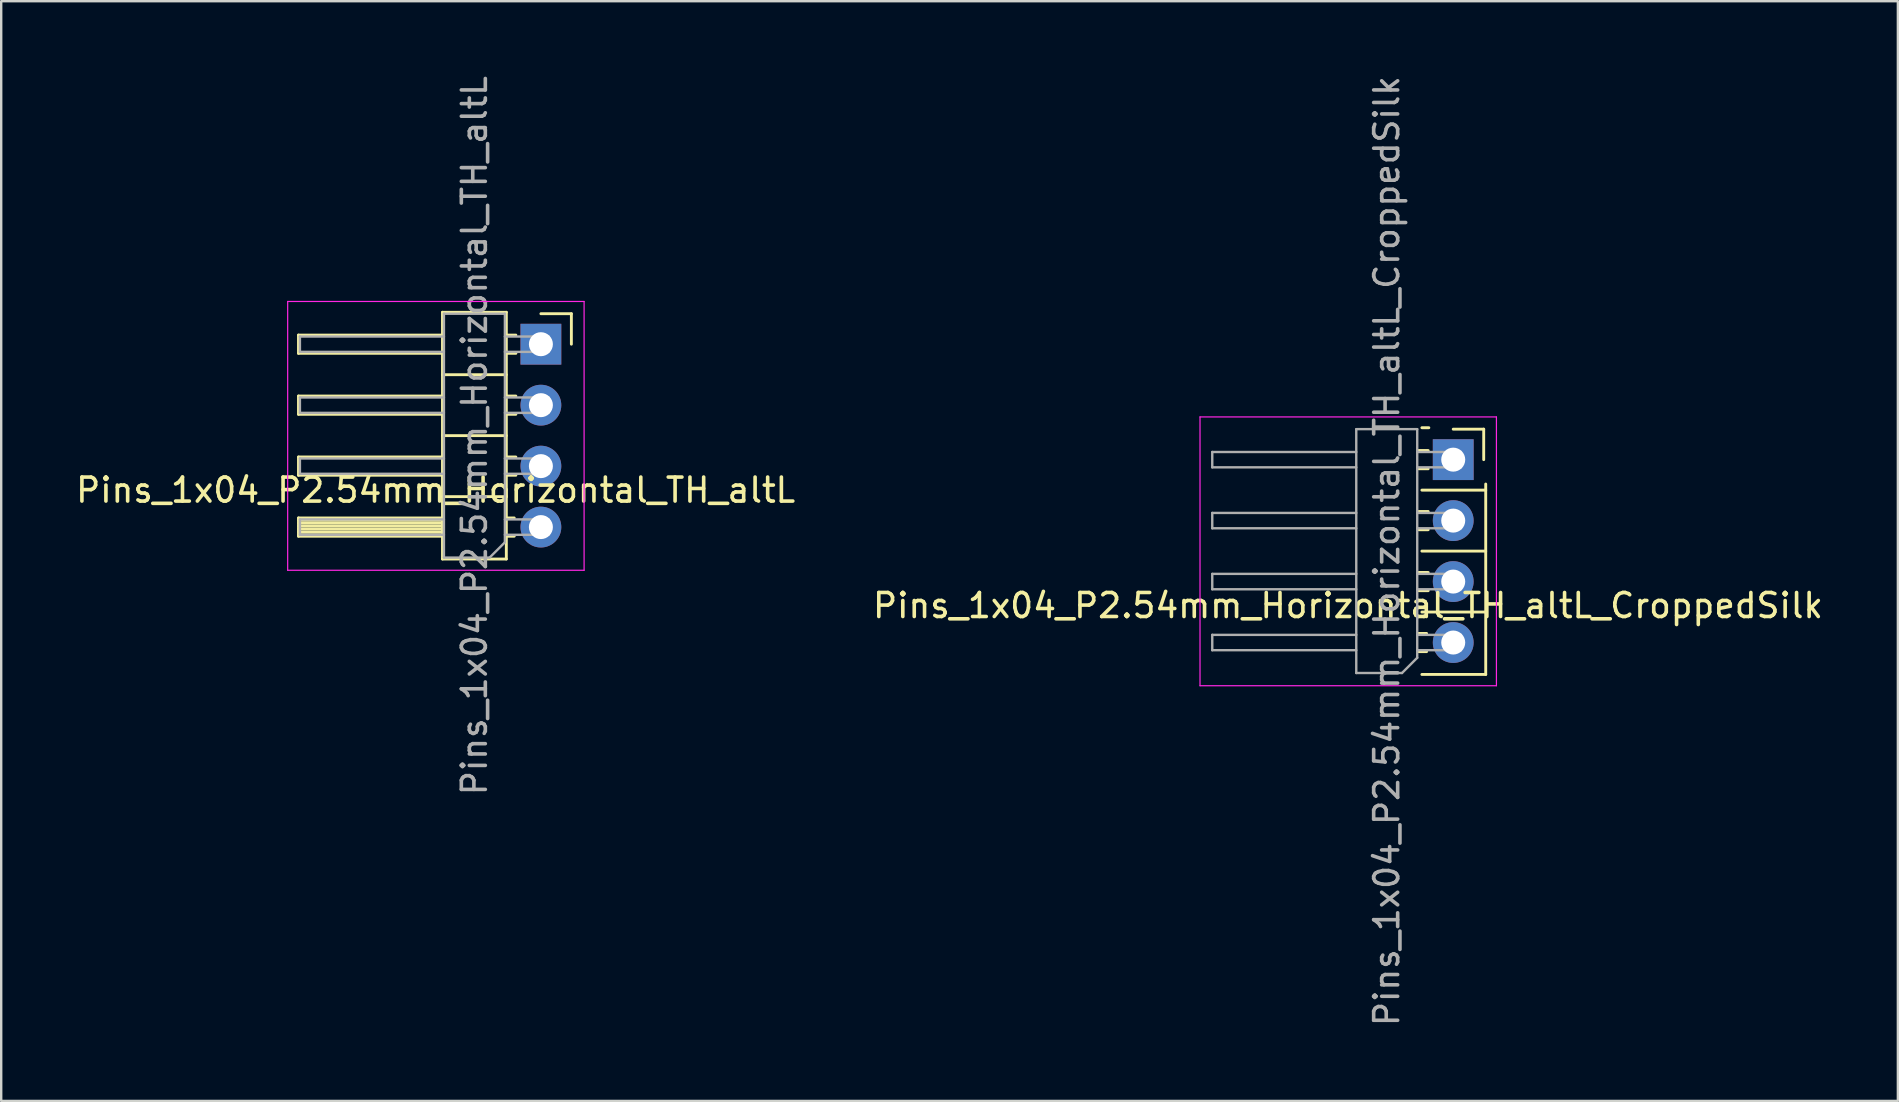
<source format=kicad_pcb>
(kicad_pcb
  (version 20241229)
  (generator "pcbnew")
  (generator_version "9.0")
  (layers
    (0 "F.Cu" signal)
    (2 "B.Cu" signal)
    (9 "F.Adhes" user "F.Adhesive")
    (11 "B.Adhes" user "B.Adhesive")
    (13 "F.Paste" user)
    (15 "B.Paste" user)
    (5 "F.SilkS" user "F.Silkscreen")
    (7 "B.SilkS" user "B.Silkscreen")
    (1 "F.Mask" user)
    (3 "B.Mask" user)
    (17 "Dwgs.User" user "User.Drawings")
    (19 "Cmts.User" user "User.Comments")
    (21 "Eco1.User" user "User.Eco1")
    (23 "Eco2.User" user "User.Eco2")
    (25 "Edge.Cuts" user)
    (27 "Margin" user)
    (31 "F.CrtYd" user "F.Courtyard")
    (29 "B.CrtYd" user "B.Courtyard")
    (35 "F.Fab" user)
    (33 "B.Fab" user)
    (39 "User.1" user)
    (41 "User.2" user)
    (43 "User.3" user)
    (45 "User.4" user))
  (footprint "Pins_1x04_P2.54mm_Horizontal_TH_altL_CroppedSilk"
    (layer "F.Cu")
    (at 57.498 19.911)
    (property "Reference" "Pins_1x04_P2.54mm_Horizontal_TH_altL_CroppedSilk" (at -4.385 2.27 180) (layer "F.SilkS") (effects (font (size 1 1) (thickness 0.15))))
    (attr through_hole)
    (fp_line (start -1.306 5.14) (end 1.354 5.14) (stroke (width 0.12) (type solid)) (layer "F.SilkS"))
    (fp_line (start -1.11 3.43) (end -1.44 3.43) (stroke (width 0.12) (type solid)) (layer "F.SilkS"))
    (fp_line (start -1.11 4.19) (end -1.44 4.19) (stroke (width 0.12) (type solid)) (layer "F.SilkS"))
    (fp_line (start -1.043 -4.19) (end -1.44 -4.19) (stroke (width 0.12) (type solid)) (layer "F.SilkS"))
    (fp_line (start -1.043 -3.43) (end -1.44 -3.43) (stroke (width 0.12) (type solid)) (layer "F.SilkS"))
    (fp_line (start -1.043 -1.65) (end -1.44 -1.65) (stroke (width 0.12) (type solid)) (layer "F.SilkS"))
    (fp_line (start -1.043 -0.89) (end -1.44 -0.89) (stroke (width 0.12) (type solid)) (layer "F.SilkS"))
    (fp_line (start -1.043 0.89) (end -1.44 0.89) (stroke (width 0.12) (type solid)) (layer "F.SilkS"))
    (fp_line (start -1.043 1.65) (end -1.44 1.65) (stroke (width 0.12) (type solid)) (layer "F.SilkS"))
    (fp_line (start -1.016 -5.14) (end -1.306 -5.14) (stroke (width 0.12) (type solid)) (layer "F.SilkS"))
    (fp_line (start 1.27 -5.08) (end 0 -5.08) (stroke (width 0.12) (type solid)) (layer "F.SilkS"))
    (fp_line (start 1.27 -3.81) (end 1.27 -5.08) (stroke (width 0.12) (type solid)) (layer "F.SilkS"))
    (fp_line (start 1.354 -2.54) (end -1.306 -2.54) (stroke (width 0.12) (type solid)) (layer "F.SilkS"))
    (fp_line (start 1.354 0) (end -1.306 0) (stroke (width 0.12) (type solid)) (layer "F.SilkS"))
    (fp_line (start 1.354 2.54) (end -1.306 2.54) (stroke (width 0.12) (type solid)) (layer "F.SilkS"))
    (fp_line (start 1.354 5.14) (end 1.354 -2.794) (stroke (width 0.12) (type solid)) (layer "F.SilkS"))
    (fp_line (start -10.55 -5.59) (end -10.55 5.61) (stroke (width 0.05) (type solid)) (layer "F.CrtYd"))
    (fp_line (start -10.55 5.61) (end 1.8 5.61) (stroke (width 0.05) (type solid)) (layer "F.CrtYd"))
    (fp_line (start 1.8 -5.59) (end -10.55 -5.59) (stroke (width 0.05) (type solid)) (layer "F.CrtYd"))
    (fp_line (start 1.8 5.61) (end 1.8 -5.59) (stroke (width 0.05) (type solid)) (layer "F.CrtYd"))
    (fp_line (start -10.04 -3.49) (end -10.04 -4.13) (stroke (width 0.1) (type solid)) (layer "F.Fab"))
    (fp_line (start -10.04 -0.95) (end -10.04 -1.59) (stroke (width 0.1) (type solid)) (layer "F.Fab"))
    (fp_line (start -10.04 1.59) (end -10.04 0.95) (stroke (width 0.1) (type solid)) (layer "F.Fab"))
    (fp_line (start -10.04 4.13) (end -10.04 3.49) (stroke (width 0.1) (type solid)) (layer "F.Fab"))
    (fp_line (start -4.04 -5.08) (end -1.5 -5.08) (stroke (width 0.1) (type solid)) (layer "F.Fab"))
    (fp_line (start -4.04 -4.13) (end -10.04 -4.13) (stroke (width 0.1) (type solid)) (layer "F.Fab"))
    (fp_line (start -4.04 -3.49) (end -10.04 -3.49) (stroke (width 0.1) (type solid)) (layer "F.Fab"))
    (fp_line (start -4.04 -1.59) (end -10.04 -1.59) (stroke (width 0.1) (type solid)) (layer "F.Fab"))
    (fp_line (start -4.04 -0.95) (end -10.04 -0.95) (stroke (width 0.1) (type solid)) (layer "F.Fab"))
    (fp_line (start -4.04 0.95) (end -10.04 0.95) (stroke (width 0.1) (type solid)) (layer "F.Fab"))
    (fp_line (start -4.04 1.59) (end -10.04 1.59) (stroke (width 0.1) (type solid)) (layer "F.Fab"))
    (fp_line (start -4.04 3.49) (end -10.04 3.49) (stroke (width 0.1) (type solid)) (layer "F.Fab"))
    (fp_line (start -4.04 4.13) (end -10.04 4.13) (stroke (width 0.1) (type solid)) (layer "F.Fab"))
    (fp_line (start -4.04 5.08) (end -4.04 -5.08) (stroke (width 0.1) (type solid)) (layer "F.Fab"))
    (fp_line (start -2.135 5.08) (end -4.04 5.08) (stroke (width 0.1) (type solid)) (layer "F.Fab"))
    (fp_line (start -1.5 -5.08) (end -1.5 4.445) (stroke (width 0.1) (type solid)) (layer "F.Fab"))
    (fp_line (start -1.5 4.445) (end -2.135 5.08) (stroke (width 0.1) (type solid)) (layer "F.Fab"))
    (fp_line (start 0.32 -4.13) (end -1.5 -4.13) (stroke (width 0.1) (type solid)) (layer "F.Fab"))
    (fp_line (start 0.32 -3.49) (end -1.5 -3.49) (stroke (width 0.1) (type solid)) (layer "F.Fab"))
    (fp_line (start 0.32 -3.49) (end 0.32 -4.13) (stroke (width 0.1) (type solid)) (layer "F.Fab"))
    (fp_line (start 0.32 -1.59) (end -1.5 -1.59) (stroke (width 0.1) (type solid)) (layer "F.Fab"))
    (fp_line (start 0.32 -0.95) (end -1.5 -0.95) (stroke (width 0.1) (type solid)) (layer "F.Fab"))
    (fp_line (start 0.32 -0.95) (end 0.32 -1.59) (stroke (width 0.1) (type solid)) (layer "F.Fab"))
    (fp_line (start 0.32 0.95) (end -1.5 0.95) (stroke (width 0.1) (type solid)) (layer "F.Fab"))
    (fp_line (start 0.32 1.59) (end -1.5 1.59) (stroke (width 0.1) (type solid)) (layer "F.Fab"))
    (fp_line (start 0.32 1.59) (end 0.32 0.95) (stroke (width 0.1) (type solid)) (layer "F.Fab"))
    (fp_line (start 0.32 3.49) (end -1.5 3.49) (stroke (width 0.1) (type solid)) (layer "F.Fab"))
    (fp_line (start 0.32 4.13) (end -1.5 4.13) (stroke (width 0.1) (type solid)) (layer "F.Fab"))
    (fp_line (start 0.32 4.13) (end 0.32 3.49) (stroke (width 0.1) (type solid)) (layer "F.Fab"))
    (fp_text user "${REFERENCE}" (at -2.77 0 270) (layer "F.Fab") (effects (font (size 1 1) (thickness 0.15))))
    (pad "1" thru_hole rect (at 0 -3.81 180) (size 1.7 1.7) (drill 1) (layers "*.Cu" "*.Mask"))
    (pad "2" thru_hole oval (at 0 -1.27 180) (size 1.7 1.7) (drill 1) (layers "*.Cu" "*.Mask"))
    (pad "3" thru_hole oval (at 0 1.27 180) (size 1.7 1.7) (drill 1) (layers "*.Cu" "*.Mask"))
    (pad "4" thru_hole circle (at 0 3.81 180) (size 1.7 1.7) (drill 1) (layers "*.Cu" "*.Mask")))
  (footprint "Pins_1x04_P2.54mm_Horizontal_TH_altL"
    (layer "F.Cu")
    (at 19.486 15.101)
    (property "Reference" "Pins_1x04_P2.54mm_Horizontal_TH_altL" (at -4.385 2.27 180) (layer "F.SilkS") (effects (font (size 1 1) (thickness 0.15))))
    (attr through_hole)
    (fp_line (start -10.1 -4.19) (end -4.1 -4.19) (stroke (width 0.12) (type solid)) (layer "F.SilkS"))
    (fp_line (start -10.1 -3.43) (end -10.1 -4.19) (stroke (width 0.12) (type solid)) (layer "F.SilkS"))
    (fp_line (start -10.1 -1.65) (end -4.1 -1.65) (stroke (width 0.12) (type solid)) (layer "F.SilkS"))
    (fp_line (start -10.1 -0.89) (end -10.1 -1.65) (stroke (width 0.12) (type solid)) (layer "F.SilkS"))
    (fp_line (start -10.1 0.89) (end -4.1 0.89) (stroke (width 0.12) (type solid)) (layer "F.SilkS"))
    (fp_line (start -10.1 1.65) (end -10.1 0.89) (stroke (width 0.12) (type solid)) (layer "F.SilkS"))
    (fp_line (start -10.1 3.43) (end -4.1 3.43) (stroke (width 0.12) (type solid)) (layer "F.SilkS"))
    (fp_line (start -10.1 4.19) (end -10.1 3.43) (stroke (width 0.12) (type solid)) (layer "F.SilkS"))
    (fp_line (start -4.1 -5.14) (end -4.1 5.14) (stroke (width 0.12) (type solid)) (layer "F.SilkS"))
    (fp_line (start -4.1 -3.43) (end -10.1 -3.43) (stroke (width 0.12) (type solid)) (layer "F.SilkS"))
    (fp_line (start -4.1 -0.89) (end -10.1 -0.89) (stroke (width 0.12) (type solid)) (layer "F.SilkS"))
    (fp_line (start -4.1 1.65) (end -10.1 1.65) (stroke (width 0.12) (type solid)) (layer "F.SilkS"))
    (fp_line (start -4.1 3.53) (end -10.1 3.53) (stroke (width 0.12) (type solid)) (layer "F.SilkS"))
    (fp_line (start -4.1 3.65) (end -10.1 3.65) (stroke (width 0.12) (type solid)) (layer "F.SilkS"))
    (fp_line (start -4.1 3.77) (end -10.1 3.77) (stroke (width 0.12) (type solid)) (layer "F.SilkS"))
    (fp_line (start -4.1 3.89) (end -10.1 3.89) (stroke (width 0.12) (type solid)) (layer "F.SilkS"))
    (fp_line (start -4.1 4.01) (end -10.1 4.01) (stroke (width 0.12) (type solid)) (layer "F.SilkS"))
    (fp_line (start -4.1 4.13) (end -10.1 4.13) (stroke (width 0.12) (type solid)) (layer "F.SilkS"))
    (fp_line (start -4.1 4.19) (end -10.1 4.19) (stroke (width 0.12) (type solid)) (layer "F.SilkS"))
    (fp_line (start -4.1 5.14) (end -1.44 5.14) (stroke (width 0.12) (type solid)) (layer "F.SilkS"))
    (fp_line (start -1.44 -5.14) (end -4.1 -5.14) (stroke (width 0.12) (type solid)) (layer "F.SilkS"))
    (fp_line (start -1.44 -2.54) (end -4.1 -2.54) (stroke (width 0.12) (type solid)) (layer "F.SilkS"))
    (fp_line (start -1.44 0) (end -4.1 0) (stroke (width 0.12) (type solid)) (layer "F.SilkS"))
    (fp_line (start -1.44 2.54) (end -4.1 2.54) (stroke (width 0.12) (type solid)) (layer "F.SilkS"))
    (fp_line (start -1.44 5.14) (end -1.44 -5.14) (stroke (width 0.12) (type solid)) (layer "F.SilkS"))
    (fp_line (start -1.11 3.43) (end -1.44 3.43) (stroke (width 0.12) (type solid)) (layer "F.SilkS"))
    (fp_line (start -1.11 4.19) (end -1.44 4.19) (stroke (width 0.12) (type solid)) (layer "F.SilkS"))
    (fp_line (start -1.043 -4.19) (end -1.44 -4.19) (stroke (width 0.12) (type solid)) (layer "F.SilkS"))
    (fp_line (start -1.043 -3.43) (end -1.44 -3.43) (stroke (width 0.12) (type solid)) (layer "F.SilkS"))
    (fp_line (start -1.043 -1.65) (end -1.44 -1.65) (stroke (width 0.12) (type solid)) (layer "F.SilkS"))
    (fp_line (start -1.043 -0.89) (end -1.44 -0.89) (stroke (width 0.12) (type solid)) (layer "F.SilkS"))
    (fp_line (start -1.043 0.89) (end -1.44 0.89) (stroke (width 0.12) (type solid)) (layer "F.SilkS"))
    (fp_line (start -1.043 1.65) (end -1.44 1.65) (stroke (width 0.12) (type solid)) (layer "F.SilkS"))
    (fp_line (start 1.27 -5.08) (end 0 -5.08) (stroke (width 0.12) (type solid)) (layer "F.SilkS"))
    (fp_line (start 1.27 -3.81) (end 1.27 -5.08) (stroke (width 0.12) (type solid)) (layer "F.SilkS"))
    (fp_line (start -10.55 -5.59) (end -10.55 5.61) (stroke (width 0.05) (type solid)) (layer "F.CrtYd"))
    (fp_line (start -10.55 5.61) (end 1.8 5.61) (stroke (width 0.05) (type solid)) (layer "F.CrtYd"))
    (fp_line (start 1.8 -5.59) (end -10.55 -5.59) (stroke (width 0.05) (type solid)) (layer "F.CrtYd"))
    (fp_line (start 1.8 5.61) (end 1.8 -5.59) (stroke (width 0.05) (type solid)) (layer "F.CrtYd"))
    (fp_line (start -10.04 -3.49) (end -10.04 -4.13) (stroke (width 0.1) (type solid)) (layer "F.Fab"))
    (fp_line (start -10.04 -0.95) (end -10.04 -1.59) (stroke (width 0.1) (type solid)) (layer "F.Fab"))
    (fp_line (start -10.04 1.59) (end -10.04 0.95) (stroke (width 0.1) (type solid)) (layer "F.Fab"))
    (fp_line (start -10.04 4.13) (end -10.04 3.49) (stroke (width 0.1) (type solid)) (layer "F.Fab"))
    (fp_line (start -4.04 -5.08) (end -1.5 -5.08) (stroke (width 0.1) (type solid)) (layer "F.Fab"))
    (fp_line (start -4.04 -4.13) (end -10.04 -4.13) (stroke (width 0.1) (type solid)) (layer "F.Fab"))
    (fp_line (start -4.04 -3.49) (end -10.04 -3.49) (stroke (width 0.1) (type solid)) (layer "F.Fab"))
    (fp_line (start -4.04 -1.59) (end -10.04 -1.59) (stroke (width 0.1) (type solid)) (layer "F.Fab"))
    (fp_line (start -4.04 -0.95) (end -10.04 -0.95) (stroke (width 0.1) (type solid)) (layer "F.Fab"))
    (fp_line (start -4.04 0.95) (end -10.04 0.95) (stroke (width 0.1) (type solid)) (layer "F.Fab"))
    (fp_line (start -4.04 1.59) (end -10.04 1.59) (stroke (width 0.1) (type solid)) (layer "F.Fab"))
    (fp_line (start -4.04 3.49) (end -10.04 3.49) (stroke (width 0.1) (type solid)) (layer "F.Fab"))
    (fp_line (start -4.04 4.13) (end -10.04 4.13) (stroke (width 0.1) (type solid)) (layer "F.Fab"))
    (fp_line (start -4.04 5.08) (end -4.04 -5.08) (stroke (width 0.1) (type solid)) (layer "F.Fab"))
    (fp_line (start -2.135 5.08) (end -4.04 5.08) (stroke (width 0.1) (type solid)) (layer "F.Fab"))
    (fp_line (start -1.5 -5.08) (end -1.5 4.445) (stroke (width 0.1) (type solid)) (layer "F.Fab"))
    (fp_line (start -1.5 4.445) (end -2.135 5.08) (stroke (width 0.1) (type solid)) (layer "F.Fab"))
    (fp_line (start 0.32 -4.13) (end -1.5 -4.13) (stroke (width 0.1) (type solid)) (layer "F.Fab"))
    (fp_line (start 0.32 -3.49) (end -1.5 -3.49) (stroke (width 0.1) (type solid)) (layer "F.Fab"))
    (fp_line (start 0.32 -3.49) (end 0.32 -4.13) (stroke (width 0.1) (type solid)) (layer "F.Fab"))
    (fp_line (start 0.32 -1.59) (end -1.5 -1.59) (stroke (width 0.1) (type solid)) (layer "F.Fab"))
    (fp_line (start 0.32 -0.95) (end -1.5 -0.95) (stroke (width 0.1) (type solid)) (layer "F.Fab"))
    (fp_line (start 0.32 -0.95) (end 0.32 -1.59) (stroke (width 0.1) (type solid)) (layer "F.Fab"))
    (fp_line (start 0.32 0.95) (end -1.5 0.95) (stroke (width 0.1) (type solid)) (layer "F.Fab"))
    (fp_line (start 0.32 1.59) (end -1.5 1.59) (stroke (width 0.1) (type solid)) (layer "F.Fab"))
    (fp_line (start 0.32 1.59) (end 0.32 0.95) (stroke (width 0.1) (type solid)) (layer "F.Fab"))
    (fp_line (start 0.32 3.49) (end -1.5 3.49) (stroke (width 0.1) (type solid)) (layer "F.Fab"))
    (fp_line (start 0.32 4.13) (end -1.5 4.13) (stroke (width 0.1) (type solid)) (layer "F.Fab"))
    (fp_line (start 0.32 4.13) (end 0.32 3.49) (stroke (width 0.1) (type solid)) (layer "F.Fab"))
    (fp_text user "${REFERENCE}" (at -2.77 0 270) (layer "F.Fab") (effects (font (size 1 1) (thickness 0.15))))
    (pad "1" thru_hole rect (at 0 -3.81 180) (size 1.7 1.7) (drill 1) (layers "*.Cu" "*.Mask"))
    (pad "2" thru_hole oval (at 0 -1.27 180) (size 1.7 1.7) (drill 1) (layers "*.Cu" "*.Mask"))
    (pad "3" thru_hole oval (at 0 1.27 180) (size 1.7 1.7) (drill 1) (layers "*.Cu" "*.Mask"))
    (pad "4" thru_hole circle (at 0 3.81 180) (size 1.7 1.7) (drill 1) (layers "*.Cu" "*.Mask")))
  (gr_rect
    (start -3 -3)
    (end 76.024 42.821)
    (stroke (width 0.1) (type default))
    (fill no)
    (layer "Edge.Cuts")))
</source>
